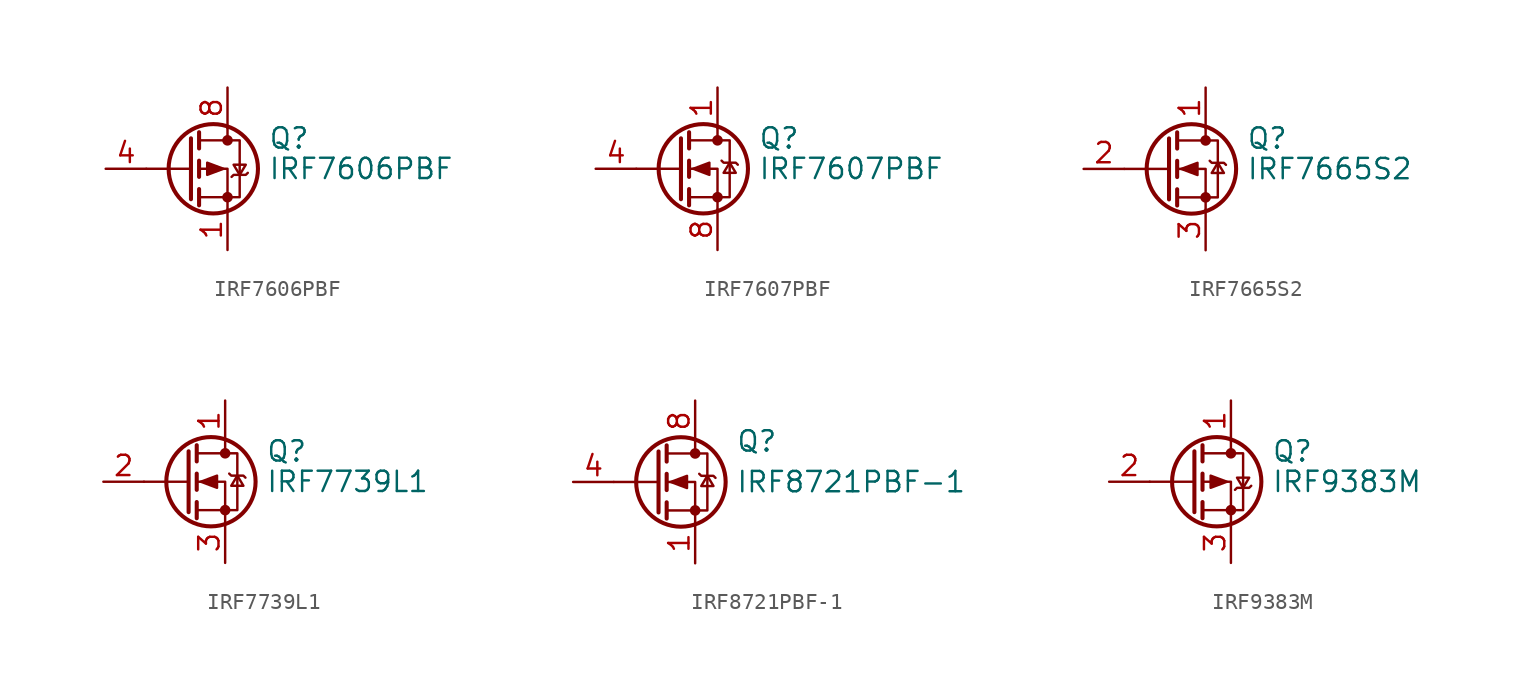
<source format=kicad_sym>
(kicad_symbol_lib
  (version 20201005)
  (generator kicad_symbol_editor)
  (symbol "IRF7606PBF"
    (pin_names hide)
    (property "Reference" "Q"
      (at 5.08 1.905 0)
      (effects (font (size 1.27 1.27)) (justify left)))
    (property "Value" "IRF7606PBF"
      (at 5.08 0 0)
      (effects (font (size 1.27 1.27)) (justify left)))
    (symbol "IRF7606PBF_0_1"
      (circle (center 1.651 0) (radius 2.794) (stroke (width 0.254)) (fill (type none)))
      (circle (center 2.54 -1.778) (radius 0.254) (stroke (width 0)) (fill (type outline)))
      (circle (center 2.54 1.778) (radius 0.254) (stroke (width 0)) (fill (type outline)))
      (polyline (pts (xy 0.254 0) (xy -2.54 0)) (stroke (width 0)) (fill (type none)))
      (polyline (pts (xy 0.254 1.905) (xy 0.254 -1.905)) (stroke (width 0.254)) (fill (type none)))
      (polyline (pts (xy 0.762 -1.27) (xy 0.762 -2.286)) (stroke (width 0.254)) (fill (type none)))
      (polyline (pts (xy 0.762 0.508) (xy 0.762 -0.508)) (stroke (width 0.254)) (fill (type none)))
      (polyline (pts (xy 0.762 2.286) (xy 0.762 1.27)) (stroke (width 0.254)) (fill (type none)))
      (polyline (pts (xy 2.54 2.54) (xy 2.54 1.778)) (stroke (width 0)) (fill (type none)))
      (polyline (pts (xy 2.54 -2.54) (xy 2.54 0) (xy 0.762 0)) (stroke (width 0)) (fill (type none)))
      (polyline (pts (xy 0.762 1.778) (xy 3.302 1.778) (xy 3.302 -1.778) (xy 0.762 -1.778)) (stroke (width 0)) (fill (type none)))
      (polyline (pts (xy 2.794 -0.508) (xy 2.921 -0.381) (xy 3.683 -0.381) (xy 3.81 -0.254)) (stroke (width 0)) (fill (type none)))
      (polyline (pts (xy 3.302 -0.381) (xy 2.921 0.254) (xy 3.683 0.254) (xy 3.302 -0.381)) (stroke (width 0)) (fill (type none)))
      (polyline (pts (xy 2.286 0) (xy 1.27 0.381) (xy 1.27 -0.381) (xy 2.286 0)) (stroke (width 0)) (fill (type outline))))
    (symbol "IRF7606PBF_1_1"
      (pin passive line (at 2.54 -5.08 90) (length 2.54) (name "S" (effects (font (size 1.27 1.27)))) (number "1" (effects (font (size 1.27 1.27)))))
      (pin passive line (at 2.54 -5.08 90) (length 2.54) hide (name "S" (effects (font (size 1.27 1.27)))) (number "2" (effects (font (size 1.27 1.27)))))
      (pin passive line (at 2.54 -5.08 90) (length 2.54) hide (name "S" (effects (font (size 1.27 1.27)))) (number "3" (effects (font (size 1.27 1.27)))))
      (pin passive line (at -5.08 0 0) (length 2.54) (name "G" (effects (font (size 1.27 1.27)))) (number "4" (effects (font (size 1.27 1.27)))))
      (pin passive line (at 2.54 5.08 270) (length 2.54) hide (name "D" (effects (font (size 1.27 1.27)))) (number "5" (effects (font (size 1.27 1.27)))))
      (pin passive line (at 2.54 5.08 270) (length 2.54) hide (name "D" (effects (font (size 1.27 1.27)))) (number "6" (effects (font (size 1.27 1.27)))))
      (pin passive line (at 2.54 5.08 270) (length 2.54) hide (name "D" (effects (font (size 1.27 1.27)))) (number "7" (effects (font (size 1.27 1.27)))))
      (pin passive line (at 2.54 5.08 270) (length 2.54) (name "D" (effects (font (size 1.27 1.27)))) (number "8" (effects (font (size 1.27 1.27)))))))
  (symbol "IRF7607PBF"
    (pin_names hide)
    (property "Reference" "Q"
      (at 5.08 1.905 0)
      (effects (font (size 1.27 1.27)) (justify left)))
    (property "Value" "IRF7607PBF"
      (at 5.08 0 0)
      (effects (font (size 1.27 1.27)) (justify left)))
    (symbol "IRF7607PBF_0_1"
      (circle (center 1.651 0) (radius 2.794) (stroke (width 0.254)) (fill (type none)))
      (circle (center 2.54 -1.778) (radius 0.254) (stroke (width 0)) (fill (type outline)))
      (circle (center 2.54 1.778) (radius 0.254) (stroke (width 0)) (fill (type outline)))
      (polyline (pts (xy 0.254 0) (xy -2.54 0)) (stroke (width 0)) (fill (type none)))
      (polyline (pts (xy 0.254 1.905) (xy 0.254 -1.905)) (stroke (width 0.254)) (fill (type none)))
      (polyline (pts (xy 0.762 -1.27) (xy 0.762 -2.286)) (stroke (width 0.254)) (fill (type none)))
      (polyline (pts (xy 0.762 0.508) (xy 0.762 -0.508)) (stroke (width 0.254)) (fill (type none)))
      (polyline (pts (xy 0.762 2.286) (xy 0.762 1.27)) (stroke (width 0.254)) (fill (type none)))
      (polyline (pts (xy 2.54 2.54) (xy 2.54 1.778)) (stroke (width 0)) (fill (type none)))
      (polyline (pts (xy 2.54 -2.54) (xy 2.54 0) (xy 0.762 0)) (stroke (width 0)) (fill (type none)))
      (polyline (pts (xy 0.762 -1.778) (xy 3.302 -1.778) (xy 3.302 1.778) (xy 0.762 1.778)) (stroke (width 0)) (fill (type none)))
      (polyline (pts (xy 2.794 0.508) (xy 2.921 0.381) (xy 3.683 0.381) (xy 3.81 0.254)) (stroke (width 0)) (fill (type none)))
      (polyline (pts (xy 3.302 0.381) (xy 2.921 -0.254) (xy 3.683 -0.254) (xy 3.302 0.381)) (stroke (width 0)) (fill (type none)))
      (polyline (pts (xy 1.016 0) (xy 2.032 0.381) (xy 2.032 -0.381) (xy 1.016 0)) (stroke (width 0)) (fill (type outline))))
    (symbol "IRF7607PBF_1_1"
      (pin passive line (at 2.54 5.08 270) (length 2.54) (name "S" (effects (font (size 1.27 1.27)))) (number "1" (effects (font (size 1.27 1.27)))))
      (pin passive line (at 2.54 5.08 270) (length 2.54) hide (name "S" (effects (font (size 1.27 1.27)))) (number "2" (effects (font (size 1.27 1.27)))))
      (pin passive line (at 2.54 5.08 270) (length 2.54) hide (name "S" (effects (font (size 1.27 1.27)))) (number "3" (effects (font (size 1.27 1.27)))))
      (pin passive line (at -5.08 0 0) (length 2.54) (name "G" (effects (font (size 1.27 1.27)))) (number "4" (effects (font (size 1.27 1.27)))))
      (pin passive line (at 2.54 -5.08 90) (length 2.54) hide (name "D" (effects (font (size 1.27 1.27)))) (number "5" (effects (font (size 1.27 1.27)))))
      (pin passive line (at 2.54 -5.08 90) (length 2.54) hide (name "D" (effects (font (size 1.27 1.27)))) (number "6" (effects (font (size 1.27 1.27)))))
      (pin passive line (at 2.54 -5.08 90) (length 2.54) hide (name "D" (effects (font (size 1.27 1.27)))) (number "7" (effects (font (size 1.27 1.27)))))
      (pin passive line (at 2.54 -5.08 90) (length 2.54) (name "D" (effects (font (size 1.27 1.27)))) (number "8" (effects (font (size 1.27 1.27)))))))
  (symbol "IRF7665S2"
    (pin_names hide)
    (property "Reference" "Q"
      (at 5.08 1.905 0)
      (effects (font (size 1.27 1.27)) (justify left)))
    (property "Value" "IRF7665S2"
      (at 5.08 0 0)
      (effects (font (size 1.27 1.27)) (justify left)))
    (symbol "IRF7665S2_0_1"
      (circle (center 1.651 0) (radius 2.794) (stroke (width 0.254)) (fill (type none)))
      (circle (center 2.54 -1.778) (radius 0.254) (stroke (width 0)) (fill (type outline)))
      (circle (center 2.54 1.778) (radius 0.254) (stroke (width 0)) (fill (type outline)))
      (polyline (pts (xy 0.254 0) (xy -2.54 0)) (stroke (width 0)) (fill (type none)))
      (polyline (pts (xy 0.254 1.905) (xy 0.254 -1.905)) (stroke (width 0.254)) (fill (type none)))
      (polyline (pts (xy 0.762 -1.27) (xy 0.762 -2.286)) (stroke (width 0.254)) (fill (type none)))
      (polyline (pts (xy 0.762 0.508) (xy 0.762 -0.508)) (stroke (width 0.254)) (fill (type none)))
      (polyline (pts (xy 0.762 2.286) (xy 0.762 1.27)) (stroke (width 0.254)) (fill (type none)))
      (polyline (pts (xy 2.54 2.54) (xy 2.54 1.778)) (stroke (width 0)) (fill (type none)))
      (polyline (pts (xy 2.54 -2.54) (xy 2.54 0) (xy 0.762 0)) (stroke (width 0)) (fill (type none)))
      (polyline (pts (xy 0.762 -1.778) (xy 3.302 -1.778) (xy 3.302 1.778) (xy 0.762 1.778)) (stroke (width 0)) (fill (type none)))
      (polyline (pts (xy 2.794 0.508) (xy 2.921 0.381) (xy 3.683 0.381) (xy 3.81 0.254)) (stroke (width 0)) (fill (type none)))
      (polyline (pts (xy 3.302 0.381) (xy 2.921 -0.254) (xy 3.683 -0.254) (xy 3.302 0.381)) (stroke (width 0)) (fill (type none)))
      (polyline (pts (xy 1.016 0) (xy 2.032 0.381) (xy 2.032 -0.381) (xy 1.016 0)) (stroke (width 0)) (fill (type outline))))
    (symbol "IRF7665S2_1_1"
      (pin passive line (at 2.54 5.08 270) (length 2.54) (name "D" (effects (font (size 1.27 1.27)))) (number "1" (effects (font (size 1.27 1.27)))))
      (pin input line (at -5.08 0 0) (length 2.54) (name "G" (effects (font (size 1.27 1.27)))) (number "2" (effects (font (size 1.27 1.27)))))
      (pin passive line (at 2.54 -5.08 90) (length 2.54) (name "S" (effects (font (size 1.27 1.27)))) (number "3" (effects (font (size 1.27 1.27)))))))
  (symbol "IRF7739L1"
    (pin_names hide)
    (property "Reference" "Q"
      (at 5.08 1.905 0)
      (effects (font (size 1.27 1.27)) (justify left)))
    (property "Value" "IRF7739L1"
      (at 5.08 0 0)
      (effects (font (size 1.27 1.27)) (justify left)))
    (symbol "IRF7739L1_0_1"
      (circle (center 1.651 0) (radius 2.794) (stroke (width 0.254)) (fill (type none)))
      (circle (center 2.54 -1.778) (radius 0.254) (stroke (width 0)) (fill (type outline)))
      (circle (center 2.54 1.778) (radius 0.254) (stroke (width 0)) (fill (type outline)))
      (polyline (pts (xy 0.254 0) (xy -2.54 0)) (stroke (width 0)) (fill (type none)))
      (polyline (pts (xy 0.254 1.905) (xy 0.254 -1.905)) (stroke (width 0.254)) (fill (type none)))
      (polyline (pts (xy 0.762 -1.27) (xy 0.762 -2.286)) (stroke (width 0.254)) (fill (type none)))
      (polyline (pts (xy 0.762 0.508) (xy 0.762 -0.508)) (stroke (width 0.254)) (fill (type none)))
      (polyline (pts (xy 0.762 2.286) (xy 0.762 1.27)) (stroke (width 0.254)) (fill (type none)))
      (polyline (pts (xy 2.54 2.54) (xy 2.54 1.778)) (stroke (width 0)) (fill (type none)))
      (polyline (pts (xy 2.54 -2.54) (xy 2.54 0) (xy 0.762 0)) (stroke (width 0)) (fill (type none)))
      (polyline (pts (xy 0.762 -1.778) (xy 3.302 -1.778) (xy 3.302 1.778) (xy 0.762 1.778)) (stroke (width 0)) (fill (type none)))
      (polyline (pts (xy 2.794 0.508) (xy 2.921 0.381) (xy 3.683 0.381) (xy 3.81 0.254)) (stroke (width 0)) (fill (type none)))
      (polyline (pts (xy 3.302 0.381) (xy 2.921 -0.254) (xy 3.683 -0.254) (xy 3.302 0.381)) (stroke (width 0)) (fill (type none)))
      (polyline (pts (xy 1.016 0) (xy 2.032 0.381) (xy 2.032 -0.381) (xy 1.016 0)) (stroke (width 0)) (fill (type outline))))
    (symbol "IRF7739L1_1_1"
      (pin passive line (at 2.54 5.08 270) (length 2.54) (name "D" (effects (font (size 1.27 1.27)))) (number "1" (effects (font (size 1.27 1.27)))))
      (pin input line (at -5.08 0 0) (length 2.54) (name "G" (effects (font (size 1.27 1.27)))) (number "2" (effects (font (size 1.27 1.27)))))
      (pin passive line (at 2.54 -5.08 90) (length 2.54) (name "S" (effects (font (size 1.27 1.27)))) (number "3" (effects (font (size 1.27 1.27)))))))
  (symbol "IRF8721PBF-1"
    (pin_names hide)
    (property "Reference" "Q"
      (at 5.08 2.54 0)
      (effects (font (size 1.27 1.27)) (justify left)))
    (property "Value" "IRF8721PBF-1"
      (at 5.08 0 0)
      (effects (font (size 1.27 1.27)) (justify left)))
    (symbol "IRF8721PBF-1_0_1"
      (circle (center 1.651 0) (radius 2.794) (stroke (width 0.254)) (fill (type none)))
      (circle (center 2.54 -1.778) (radius 0.254) (stroke (width 0)) (fill (type outline)))
      (circle (center 2.54 1.778) (radius 0.254) (stroke (width 0)) (fill (type outline)))
      (polyline (pts (xy 0.254 0) (xy -2.54 0)) (stroke (width 0)) (fill (type none)))
      (polyline (pts (xy 0.254 1.905) (xy 0.254 -1.905)) (stroke (width 0.254)) (fill (type none)))
      (polyline (pts (xy 0.762 -1.27) (xy 0.762 -2.286)) (stroke (width 0.254)) (fill (type none)))
      (polyline (pts (xy 0.762 0.508) (xy 0.762 -0.508)) (stroke (width 0.254)) (fill (type none)))
      (polyline (pts (xy 0.762 2.286) (xy 0.762 1.27)) (stroke (width 0.254)) (fill (type none)))
      (polyline (pts (xy 2.54 2.54) (xy 2.54 1.778)) (stroke (width 0)) (fill (type none)))
      (polyline (pts (xy 2.54 -2.54) (xy 2.54 0) (xy 0.762 0)) (stroke (width 0)) (fill (type none)))
      (polyline (pts (xy 0.762 -1.778) (xy 3.302 -1.778) (xy 3.302 1.778) (xy 0.762 1.778)) (stroke (width 0)) (fill (type none)))
      (polyline (pts (xy 2.794 0.508) (xy 2.921 0.381) (xy 3.683 0.381) (xy 3.81 0.254)) (stroke (width 0)) (fill (type none)))
      (polyline (pts (xy 3.302 0.381) (xy 2.921 -0.254) (xy 3.683 -0.254) (xy 3.302 0.381)) (stroke (width 0)) (fill (type none)))
      (polyline (pts (xy 1.016 0) (xy 2.032 0.381) (xy 2.032 -0.381) (xy 1.016 0)) (stroke (width 0)) (fill (type outline))))
    (symbol "IRF8721PBF-1_1_1"
      (pin passive line (at 2.54 -5.08 90) (length 2.54) (name "S" (effects (font (size 1.27 1.27)))) (number "1" (effects (font (size 1.27 1.27)))))
      (pin passive line (at 2.54 -5.08 90) (length 2.54) hide (name "S" (effects (font (size 1.27 1.27)))) (number "2" (effects (font (size 1.27 1.27)))))
      (pin passive line (at 2.54 -5.08 90) (length 2.54) hide (name "S" (effects (font (size 1.27 1.27)))) (number "3" (effects (font (size 1.27 1.27)))))
      (pin input line (at -5.08 0 0) (length 2.54) (name "G" (effects (font (size 1.27 1.27)))) (number "4" (effects (font (size 1.27 1.27)))))
      (pin passive line (at 2.54 5.08 270) (length 2.54) hide (name "D" (effects (font (size 1.27 1.27)))) (number "5" (effects (font (size 1.27 1.27)))))
      (pin passive line (at 2.54 5.08 270) (length 2.54) hide (name "D" (effects (font (size 1.27 1.27)))) (number "6" (effects (font (size 1.27 1.27)))))
      (pin passive line (at 2.54 5.08 270) (length 2.54) hide (name "D" (effects (font (size 1.27 1.27)))) (number "7" (effects (font (size 1.27 1.27)))))
      (pin passive line (at 2.54 5.08 270) (length 2.54) (name "D" (effects (font (size 1.27 1.27)))) (number "8" (effects (font (size 1.27 1.27)))))))
  (symbol "IRF9383M"
    (pin_names hide)
    (property "Reference" "Q"
      (at 5.08 1.905 0)
      (effects (font (size 1.27 1.27)) (justify left)))
    (property "Value" "IRF9383M"
      (at 5.08 0 0)
      (effects (font (size 1.27 1.27)) (justify left)))
    (symbol "IRF9383M_0_1"
      (circle (center 1.651 0) (radius 2.794) (stroke (width 0.254)) (fill (type none)))
      (circle (center 2.54 -1.778) (radius 0.254) (stroke (width 0)) (fill (type outline)))
      (circle (center 2.54 1.778) (radius 0.254) (stroke (width 0)) (fill (type outline)))
      (polyline (pts (xy 0.254 0) (xy -2.54 0)) (stroke (width 0)) (fill (type none)))
      (polyline (pts (xy 0.254 1.905) (xy 0.254 -1.905)) (stroke (width 0.254)) (fill (type none)))
      (polyline (pts (xy 0.762 -1.27) (xy 0.762 -2.286)) (stroke (width 0.254)) (fill (type none)))
      (polyline (pts (xy 0.762 0.508) (xy 0.762 -0.508)) (stroke (width 0.254)) (fill (type none)))
      (polyline (pts (xy 0.762 2.286) (xy 0.762 1.27)) (stroke (width 0.254)) (fill (type none)))
      (polyline (pts (xy 2.54 2.54) (xy 2.54 1.778)) (stroke (width 0)) (fill (type none)))
      (polyline (pts (xy 2.54 -2.54) (xy 2.54 0) (xy 0.762 0)) (stroke (width 0)) (fill (type none)))
      (polyline (pts (xy 0.762 1.778) (xy 3.302 1.778) (xy 3.302 -1.778) (xy 0.762 -1.778)) (stroke (width 0)) (fill (type none)))
      (polyline (pts (xy 2.794 -0.508) (xy 2.921 -0.381) (xy 3.683 -0.381) (xy 3.81 -0.254)) (stroke (width 0)) (fill (type none)))
      (polyline (pts (xy 3.302 -0.381) (xy 2.921 0.254) (xy 3.683 0.254) (xy 3.302 -0.381)) (stroke (width 0)) (fill (type none)))
      (polyline (pts (xy 2.286 0) (xy 1.27 0.381) (xy 1.27 -0.381) (xy 2.286 0)) (stroke (width 0)) (fill (type outline))))
    (symbol "IRF9383M_1_1"
      (pin passive line (at 2.54 5.08 270) (length 2.54) (name "D" (effects (font (size 1.27 1.27)))) (number "1" (effects (font (size 1.27 1.27)))))
      (pin input line (at -5.08 0 0) (length 2.54) (name "G" (effects (font (size 1.27 1.27)))) (number "2" (effects (font (size 1.27 1.27)))))
      (pin passive line (at 2.54 -5.08 90) (length 2.54) (name "S" (effects (font (size 1.27 1.27)))) (number "3" (effects (font (size 1.27 1.27))))))))
</source>
